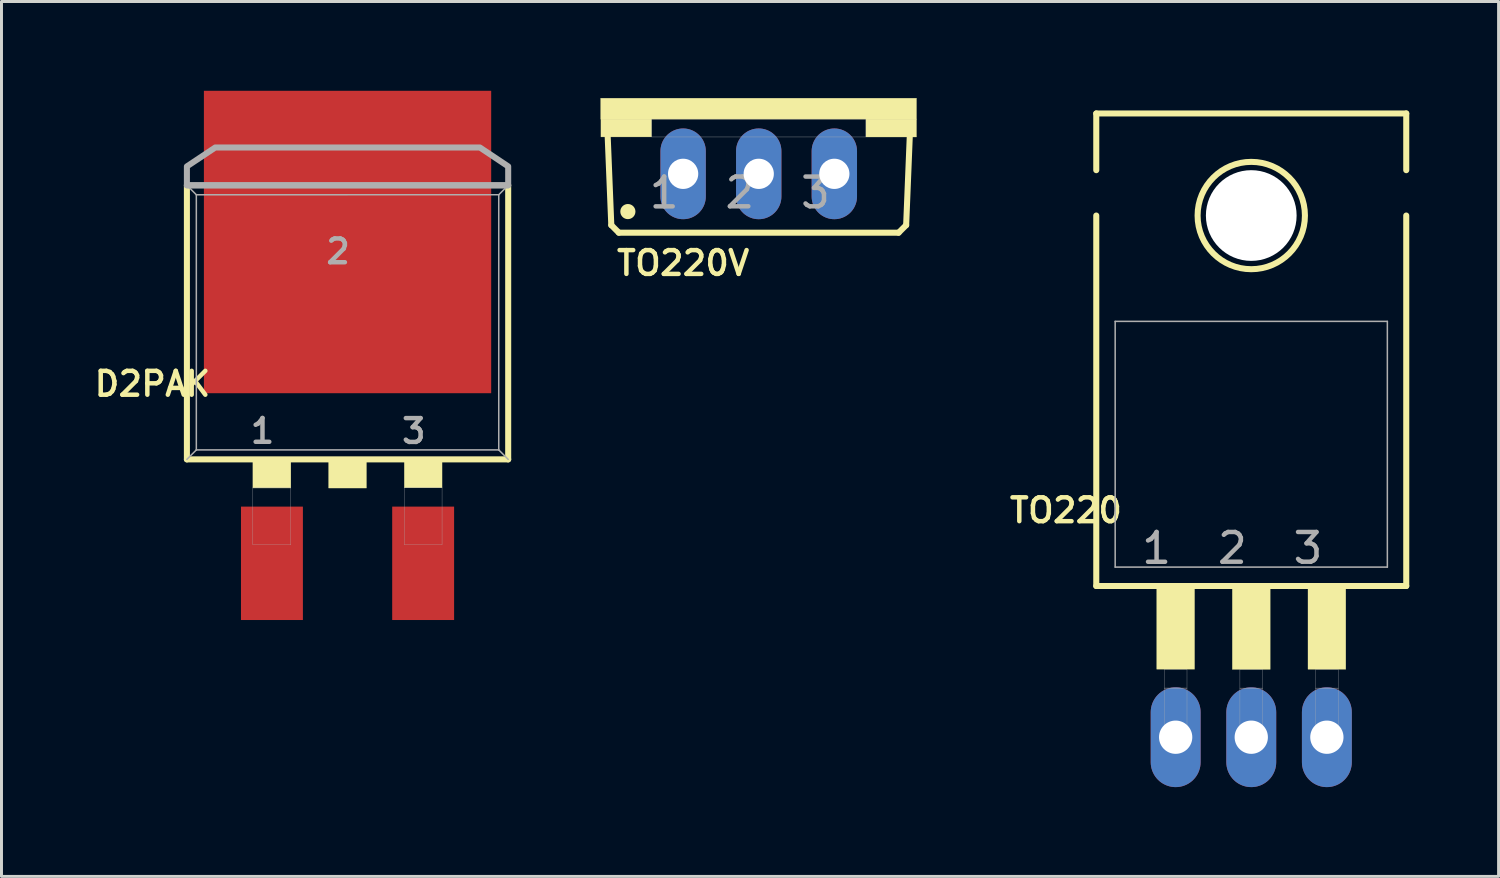
<source format=kicad_pcb>
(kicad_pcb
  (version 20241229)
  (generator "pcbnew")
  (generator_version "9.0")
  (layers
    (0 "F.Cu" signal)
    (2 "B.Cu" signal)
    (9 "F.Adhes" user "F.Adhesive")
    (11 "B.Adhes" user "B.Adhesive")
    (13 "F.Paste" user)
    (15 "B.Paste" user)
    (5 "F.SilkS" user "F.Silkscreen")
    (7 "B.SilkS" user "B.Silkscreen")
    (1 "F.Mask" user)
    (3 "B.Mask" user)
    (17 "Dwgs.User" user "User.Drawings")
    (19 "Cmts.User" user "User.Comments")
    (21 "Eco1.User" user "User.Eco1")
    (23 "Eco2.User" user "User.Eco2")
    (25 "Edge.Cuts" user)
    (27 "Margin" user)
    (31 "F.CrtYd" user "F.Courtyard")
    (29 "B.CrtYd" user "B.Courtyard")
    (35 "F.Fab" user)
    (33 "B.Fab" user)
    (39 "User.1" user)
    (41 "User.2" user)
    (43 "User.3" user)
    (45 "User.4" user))
  (footprint "D2PAK"
    (layer "F.Cu")
    (at 8.626 7.62)
    (property "Reference" "D2PAK" (at -6.554 2.227 180) (layer "F.SilkS") (effects (font (size 0.802 0.802) (thickness 0.15))))
    (attr smd)
    (fp_line (start -5.397 4.763) (end -5.397 -4.445) (stroke (width 0.203) (type solid)) (layer "F.SilkS"))
    (fp_line (start 5.397 -4.445) (end 5.397 4.763) (stroke (width 0.203) (type solid)) (layer "F.SilkS"))
    (fp_line (start 5.397 4.763) (end -5.397 4.763) (stroke (width 0.203) (type solid)) (layer "F.SilkS"))
    (fp_poly (pts (xy -3.18 4.763) (xy -1.905 4.763) (xy -1.905 5.724) (xy -3.18 5.724)) (stroke (width 0.01) (type solid)) (fill yes) (layer "F.SilkS"))
    (fp_poly (pts (xy -0.636 4.762) (xy 0.635 4.762) (xy 0.635 5.726) (xy -0.636 5.726)) (stroke (width 0.01) (type solid)) (fill yes) (layer "F.SilkS"))
    (fp_poly (pts (xy 1.907 4.763) (xy 3.175 4.763) (xy 3.175 5.72) (xy 1.907 5.72)) (stroke (width 0.01) (type solid)) (fill yes) (layer "F.SilkS"))
    (fp_line (start -5.397 -4.445) (end 5.397 -4.445) (stroke (width 0.203) (type solid)) (layer "F.Fab"))
    (fp_line (start -5.08 -4.127) (end -5.397 -4.445) (stroke (width 0.051) (type solid)) (layer "F.Fab"))
    (fp_line (start -5.08 -4.127) (end 5.08 -4.128) (stroke (width 0.051) (type solid)) (layer "F.Fab"))
    (fp_line (start -5.08 4.445) (end -5.397 4.763) (stroke (width 0.051) (type solid)) (layer "F.Fab"))
    (fp_line (start -5.08 4.445) (end -5.08 -4.127) (stroke (width 0.051) (type solid)) (layer "F.Fab"))
    (fp_line (start -5.08 4.445) (end 5.08 4.445) (stroke (width 0.051) (type solid)) (layer "F.Fab"))
    (fp_line (start 5.08 -4.128) (end 5.08 4.445) (stroke (width 0.051) (type solid)) (layer "F.Fab"))
    (fp_line (start 5.08 -4.128) (end 5.397 -4.445) (stroke (width 0.051) (type solid)) (layer "F.Fab"))
    (fp_line (start 5.08 4.445) (end 5.397 4.763) (stroke (width 0.051) (type solid)) (layer "F.Fab"))
    (fp_poly (pts (xy -3.181 5.715) (xy -1.905 5.715) (xy -1.905 7.633) (xy -3.181 7.633)) (stroke (width 0.01) (type solid)) (fill no) (layer "F.Fab"))
    (fp_poly (pts (xy 1.908 5.715) (xy 3.175 5.715) (xy 3.175 7.633) (xy 1.908 7.633)) (stroke (width 0.01) (type solid)) (fill no) (layer "F.Fab"))
    (fp_poly (pts (xy -5.397 -4.445) (xy -5.397 -5.08) (xy -4.445 -5.715) (xy 4.445 -5.715) (xy 5.397 -5.08) (xy 5.397 -4.445)) (stroke (width 0.203) (type solid)) (fill no) (layer "F.Fab"))
    (fp_text user "3" (at 2.225 3.814 0) (layer "F.Fab") (effects (font (size 0.801 0.801) (thickness 0.15))))
    (fp_text user "1" (at -2.858 3.81 0) (layer "F.Fab") (effects (font (size 0.8 0.8) (thickness 0.15))))
    (fp_text user "2" (at -0.318 -2.223 0) (layer "F.Fab") (effects (font (size 0.8 0.8) (thickness 0.15))))
    (pad "1" smd rect (at -2.54 8.255) (size 2.08 3.81) (layers "F.Cu" "F.Mask" "F.Paste"))
    (pad "2" smd rect (at 0 -2.54) (size 9.652 10.16) (layers "F.Cu" "F.Mask" "F.Paste"))
    (pad "3" smd rect (at 2.54 8.255) (size 2.08 3.81) (layers "F.Cu" "F.Mask" "F.Paste")))
  (footprint "TO220V"
    (layer "F.Cu")
    (at 22.44 0.25)
    (property "Reference" "TO220V" (at -2.541 5.539 0) (layer "F.SilkS") (effects (font (size 0.8 0.8) (thickness 0.15))))
    (attr through_hole)
    (fp_line (start -4.953 4.264) (end -5.08 1.143) (stroke (width 0.203) (type solid)) (layer "F.SilkS"))
    (fp_line (start -4.953 4.264) (end -4.699 4.518) (stroke (width 0.203) (type solid)) (layer "F.SilkS"))
    (fp_line (start 4.699 4.518) (end -4.699 4.518) (stroke (width 0.203) (type solid)) (layer "F.SilkS"))
    (fp_line (start 4.699 4.518) (end 4.953 4.264) (stroke (width 0.203) (type solid)) (layer "F.SilkS"))
    (fp_line (start 5.08 1.143) (end 4.953 4.264) (stroke (width 0.203) (type solid)) (layer "F.SilkS"))
    (fp_circle (center -4.396 3.808) (end -4.142 3.808) (stroke (width 0) (type solid)) (fill yes) (layer "F.SilkS"))
    (fp_poly (pts (xy -5.31 0) (xy 5.3 0) (xy 5.3 0.701) (xy -5.31 0.701)) (stroke (width 0.01) (type solid)) (fill yes) (layer "F.SilkS"))
    (fp_poly (pts (xy -5.301 0.7) (xy -3.6 0.7) (xy -3.6 1.3) (xy -5.301 1.3)) (stroke (width 0.01) (type solid)) (fill yes) (layer "F.SilkS"))
    (fp_poly (pts (xy 3.604 0.7) (xy 5.3 0.7) (xy 5.3 1.302) (xy 3.604 1.302)) (stroke (width 0.01) (type solid)) (fill yes) (layer "F.SilkS"))
    (fp_poly (pts (xy -3.603 0.7) (xy 3.6 0.7) (xy 3.6 1.301) (xy -3.603 1.301)) (stroke (width 0.01) (type solid)) (fill no) (layer "F.Fab"))
    (fp_text user "2" (at -0.635 3.175 0) (layer "F.Fab") (effects (font (size 1 1) (thickness 0.15))))
    (fp_text user "3" (at 1.906 3.176 0) (layer "F.Fab") (effects (font (size 1 1) (thickness 0.15))))
    (fp_text user "1" (at -3.177 3.177 0) (layer "F.Fab") (effects (font (size 1.001 1.001) (thickness 0.15))))
    (pad "1" thru_hole oval (at -2.54 2.54) (size 1.524 3.048) (drill 1.016) (layers "*.Cu" "*.Mask"))
    (pad "2" thru_hole oval (at 0 2.54) (size 1.524 3.048) (drill 1.016) (layers "*.Cu" "*.Mask"))
    (pad "3" thru_hole oval (at 2.54 2.54) (size 1.524 3.048) (drill 1.016) (layers "*.Cu" "*.Mask")))
  (footprint "TO220"
    (layer "F.Cu")
    (at 38.987 15.367)
    (property "Reference" "TO220" (at -6.229 -1.271 180) (layer "F.SilkS") (effects (font (size 0.801 0.801) (thickness 0.15))))
    (attr through_hole)
    (fp_line (start -5.207 -12.7) (end -5.207 -14.605) (stroke (width 0.203) (type solid)) (layer "F.SilkS"))
    (fp_line (start -5.207 1.27) (end -5.207 -11.176) (stroke (width 0.203) (type solid)) (layer "F.SilkS"))
    (fp_line (start -5.207 1.27) (end 5.207 1.27) (stroke (width 0.203) (type solid)) (layer "F.SilkS"))
    (fp_line (start 5.207 -14.605) (end -5.207 -14.605) (stroke (width 0.203) (type solid)) (layer "F.SilkS"))
    (fp_line (start 5.207 -12.7) (end 5.207 -14.605) (stroke (width 0.203) (type solid)) (layer "F.SilkS"))
    (fp_line (start 5.207 1.27) (end 5.207 -11.176) (stroke (width 0.203) (type solid)) (layer "F.SilkS"))
    (fp_circle (center 0 -11.176) (end 1.803 -11.176) (stroke (width 0.203) (type solid)) (fill no) (layer "F.SilkS"))
    (fp_poly (pts (xy -3.176 1.27) (xy -1.905 1.27) (xy -1.905 4.065) (xy -3.176 4.065)) (stroke (width 0.01) (type solid)) (fill yes) (layer "F.SilkS"))
    (fp_poly (pts (xy -0.636 1.27) (xy 0.635 1.27) (xy 0.635 4.072) (xy -0.636 4.072)) (stroke (width 0.01) (type solid)) (fill yes) (layer "F.SilkS"))
    (fp_poly (pts (xy 1.906 1.27) (xy 3.175 1.27) (xy 3.175 4.066) (xy 1.906 4.066)) (stroke (width 0.01) (type solid)) (fill yes) (layer "F.SilkS"))
    (fp_line (start -4.572 0.635) (end -4.572 -7.62) (stroke (width 0.051) (type solid)) (layer "F.Fab"))
    (fp_line (start -4.572 0.635) (end 4.572 0.635) (stroke (width 0.051) (type solid)) (layer "F.Fab"))
    (fp_line (start 4.572 -7.62) (end -4.572 -7.62) (stroke (width 0.051) (type solid)) (layer "F.Fab"))
    (fp_line (start 4.572 -7.62) (end 4.572 0.635) (stroke (width 0.051) (type solid)) (layer "F.Fab"))
    (fp_poly (pts (xy -2.922 4.064) (xy -2.159 4.064) (xy -2.159 4.7) (xy -2.922 4.7)) (stroke (width 0.01) (type solid)) (fill no) (layer "F.Fab"))
    (fp_poly (pts (xy -2.921 4.699) (xy -2.159 4.699) (xy -2.159 6.605) (xy -2.921 6.605)) (stroke (width 0.01) (type solid)) (fill no) (layer "F.Fab"))
    (fp_poly (pts (xy -0.381 4.699) (xy 0.381 4.699) (xy 0.381 6.613) (xy -0.381 6.613)) (stroke (width 0.01) (type solid)) (fill no) (layer "F.Fab"))
    (fp_poly (pts (xy -0.381 4.064) (xy 0.381 4.064) (xy 0.381 4.703) (xy -0.381 4.703)) (stroke (width 0.01) (type solid)) (fill no) (layer "F.Fab"))
    (fp_poly (pts (xy 2.161 4.699) (xy 2.921 4.699) (xy 2.921 6.611) (xy 2.161 6.611)) (stroke (width 0.01) (type solid)) (fill no) (layer "F.Fab"))
    (fp_poly (pts (xy 2.163 4.064) (xy 2.921 4.064) (xy 2.921 4.708) (xy 2.163 4.708)) (stroke (width 0.01) (type solid)) (fill no) (layer "F.Fab"))
    (fp_text user "3" (at 1.905 0 0) (layer "F.Fab") (effects (font (size 1 1) (thickness 0.15))))
    (fp_text user "2" (at -0.635 0 0) (layer "F.Fab") (effects (font (size 1 1) (thickness 0.15))))
    (fp_text user "1" (at -3.181 0 0) (layer "F.Fab") (effects (font (size 1.002 1.002) (thickness 0.15))))
    (pad "" np_thru_hole circle (at 0 -11.176) (size 3.048 3.048) (drill 3.048) (layers "*.Cu" "*.Mask"))
    (pad "1" thru_hole oval (at -2.54 6.35) (size 1.676 3.353) (drill 1.118) (layers "*.Cu" "*.Mask"))
    (pad "2" thru_hole oval (at 0 6.35) (size 1.676 3.353) (drill 1.118) (layers "*.Cu" "*.Mask"))
    (pad "3" thru_hole oval (at 2.54 6.35) (size 1.676 3.353) (drill 1.118) (layers "*.Cu" "*.Mask"))
    (zone (net_name "") (layers "F.Cu" "B.Cu") (hatch full 0.508) (connect_pads) (min_thickness 0) (filled_areas_thickness no) (keepout (tracks allowed) (vias not_allowed) (pads allowed) (copperpour allowed) (footprints allowed)) (placement (enabled no)) (fill) (polygon (pts (xy 43.178 4.191) (xy 43.158 4.602) (xy 43.098 5.009) (xy 42.998 5.408) (xy 42.859 5.795) (xy 42.683 6.167) (xy 42.472 6.519) (xy 42.227 6.85) (xy 41.951 7.154) (xy 41.646 7.431) (xy 41.316 7.676) (xy 40.963 7.887) (xy 40.591 8.063) (xy 40.204 8.202) (xy 39.805 8.301) (xy 39.398 8.362) (xy 38.987 8.382) (xy 38.576 8.362) (xy 38.17 8.301) (xy 37.771 8.202) (xy 37.383 8.063) (xy 37.012 7.887) (xy 36.659 7.676) (xy 36.328 7.431) (xy 36.024 7.154) (xy 35.748 6.85) (xy 35.503 6.519) (xy 35.291 6.167) (xy 35.115 5.795) (xy 34.977 5.408) (xy 34.877 5.009) (xy 34.816 4.602) (xy 34.796 4.191) (xy 34.816 3.78) (xy 34.877 3.373) (xy 34.977 2.974) (xy 35.115 2.587) (xy 35.291 2.215) (xy 35.503 1.863) (xy 35.748 1.532) (xy 36.024 1.228) (xy 36.328 0.951) (xy 36.659 0.706) (xy 37.012 0.495) (xy 37.383 0.319) (xy 37.771 0.18) (xy 38.17 0.081) (xy 38.576 0.02) (xy 38.987 0) (xy 39.398 0.02) (xy 39.805 0.081) (xy 40.204 0.18) (xy 40.591 0.319) (xy 40.963 0.495) (xy 41.316 0.706) (xy 41.646 0.951) (xy 41.951 1.228) (xy 42.227 1.532) (xy 42.472 1.863) (xy 42.683 2.215) (xy 42.859 2.587) (xy 42.998 2.974) (xy 43.098 3.373) (xy 43.158 3.78))))
    (zone (net_name "") (layer "B.Cu") (hatch full 0.508) (connect_pads) (min_thickness 0) (filled_areas_thickness no) (keepout (tracks not_allowed) (vias not_allowed) (pads not_allowed) (copperpour not_allowed) (footprints allowed)) (placement (enabled no)) (fill) (polygon (pts (xy 43.178 4.191) (xy 43.158 4.602) (xy 43.098 5.009) (xy 42.998 5.408) (xy 42.859 5.795) (xy 42.683 6.167) (xy 42.472 6.519) (xy 42.227 6.85) (xy 41.951 7.154) (xy 41.646 7.431) (xy 41.316 7.676) (xy 40.963 7.887) (xy 40.591 8.063) (xy 40.204 8.202) (xy 39.805 8.301) (xy 39.398 8.362) (xy 38.987 8.382) (xy 38.576 8.362) (xy 38.17 8.301) (xy 37.771 8.202) (xy 37.383 8.063) (xy 37.012 7.887) (xy 36.659 7.676) (xy 36.328 7.431) (xy 36.024 7.154) (xy 35.748 6.85) (xy 35.503 6.519) (xy 35.291 6.167) (xy 35.115 5.795) (xy 34.977 5.408) (xy 34.877 5.009) (xy 34.816 4.602) (xy 34.796 4.191) (xy 34.816 3.78) (xy 34.877 3.373) (xy 34.977 2.974) (xy 35.115 2.587) (xy 35.291 2.215) (xy 35.503 1.863) (xy 35.748 1.532) (xy 36.024 1.228) (xy 36.328 0.951) (xy 36.659 0.706) (xy 37.012 0.495) (xy 37.383 0.319) (xy 37.771 0.18) (xy 38.17 0.081) (xy 38.576 0.02) (xy 38.987 0) (xy 39.398 0.02) (xy 39.805 0.081) (xy 40.204 0.18) (xy 40.591 0.319) (xy 40.963 0.495) (xy 41.316 0.706) (xy 41.646 0.951) (xy 41.951 1.228) (xy 42.227 1.532) (xy 42.472 1.863) (xy 42.683 2.215) (xy 42.859 2.587) (xy 42.998 2.974) (xy 43.098 3.373) (xy 43.158 3.78)))))
  (gr_rect
    (start -3 -3)
    (end 47.296 26.393)
    (stroke (width 0.1) (type default))
    (fill no)
    (layer "Edge.Cuts")))
</source>
